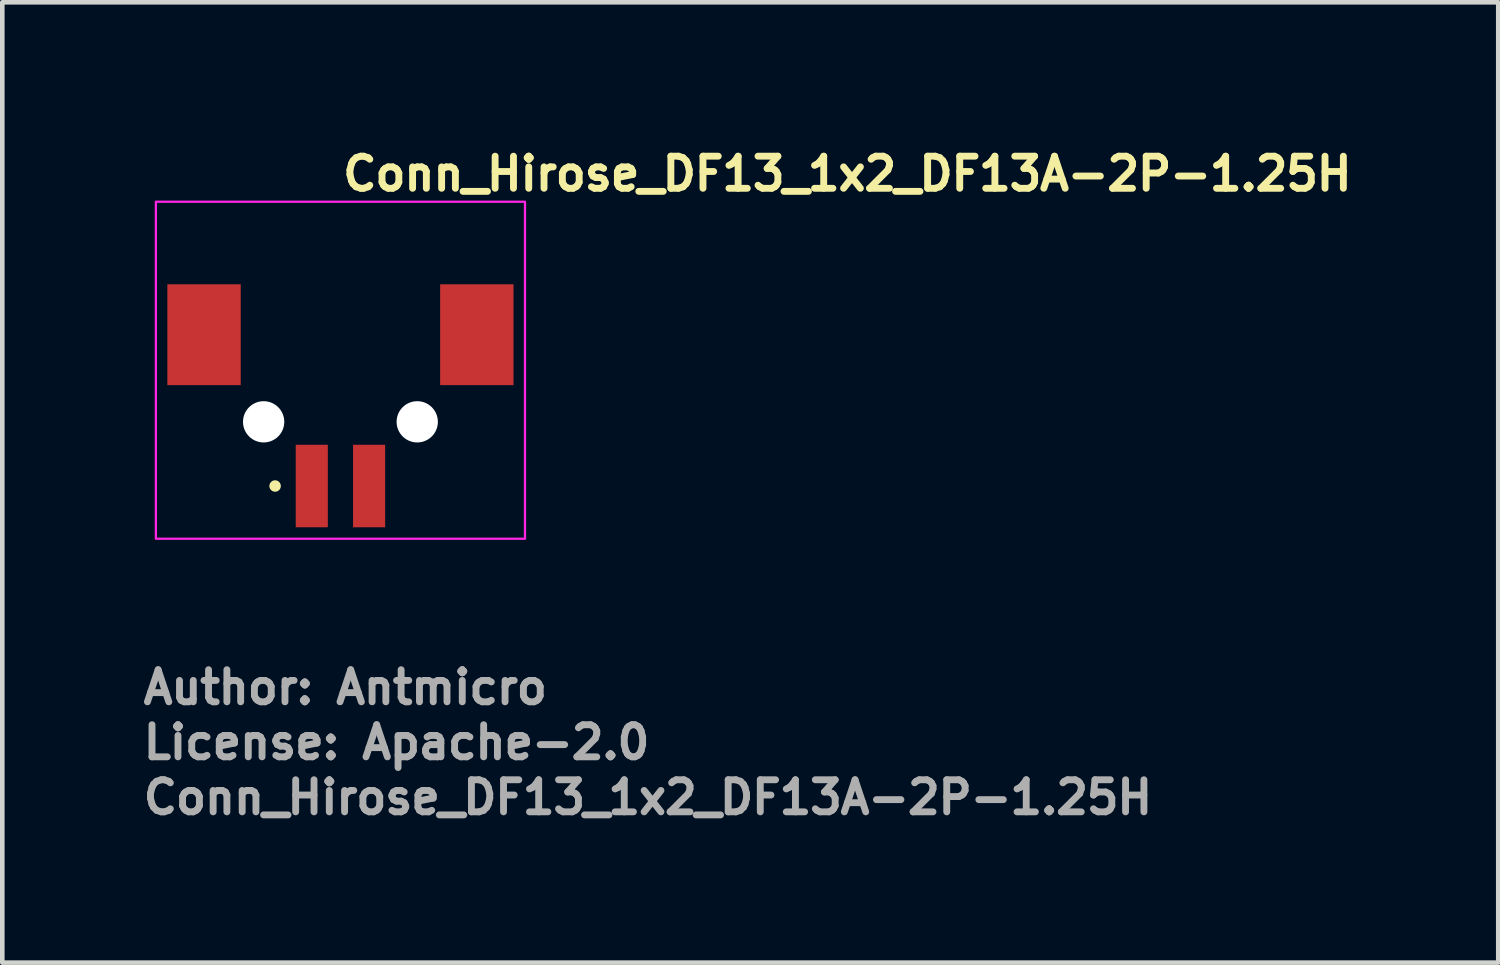
<source format=kicad_pcb>
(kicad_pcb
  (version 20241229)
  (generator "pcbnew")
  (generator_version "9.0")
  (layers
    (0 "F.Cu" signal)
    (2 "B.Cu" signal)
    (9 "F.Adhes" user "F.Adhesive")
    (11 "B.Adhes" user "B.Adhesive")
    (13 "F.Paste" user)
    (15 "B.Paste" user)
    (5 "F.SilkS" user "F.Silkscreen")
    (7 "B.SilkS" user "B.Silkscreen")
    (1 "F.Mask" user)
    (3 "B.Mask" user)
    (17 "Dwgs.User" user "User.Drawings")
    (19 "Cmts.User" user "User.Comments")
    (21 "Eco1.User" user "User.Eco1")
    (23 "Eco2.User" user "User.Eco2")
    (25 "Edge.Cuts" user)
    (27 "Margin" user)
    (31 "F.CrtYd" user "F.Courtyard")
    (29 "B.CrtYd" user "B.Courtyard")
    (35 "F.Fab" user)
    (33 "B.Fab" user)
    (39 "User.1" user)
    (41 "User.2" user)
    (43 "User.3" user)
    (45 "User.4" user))
  (footprint "Conn_Hirose_DF13_1x2_DF13A-2P-1.25H"
    (layer "F.Cu")
    (at 4.35 4.85)
    (property "Reference" "Conn_Hirose_DF13_1x2_DF13A-2P-1.25H" (at 0 -3.7 0) (layer "F.SilkS") (effects (font (size 0.7 0.7) (thickness 0.15)) (justify left bottom)))
    (attr smd)
    (fp_circle (center -1.4 2.7) (end -1.35 2.7) (stroke (width 0.15) (type solid)) (fill yes) (layer "F.SilkS"))
    (fp_rect (start -4 -3.5) (end 4.05 3.85) (stroke (width 0.05) (type solid)) (fill no) (layer "F.CrtYd"))
    (fp_rect (start -3.575 -3.25) (end 3.575 3.25) (stroke (width 0.1) (type solid)) (fill no) (layer "User.5"))
    (fp_line (start -3.575 -1.45) (end -3.575 -0.8) (stroke (width 0.02) (type solid)) (layer "User.9"))
    (fp_line (start -3.575 -1.45) (end -3.458 -1.45) (stroke (width 0.02) (type solid)) (layer "User.9"))
    (fp_line (start -3.575 -0.8) (end -3.458 -0.8) (stroke (width 0.02) (type solid)) (layer "User.9"))
    (fp_line (start -3.575 -0.3) (end -3.575 -0.8) (stroke (width 0.02) (type solid)) (layer "User.9"))
    (fp_line (start -3.575 -0.3) (end -3.575 0.35) (stroke (width 0.02) (type solid)) (layer "User.9"))
    (fp_line (start -3.575 -0.3) (end -3.458 -0.3) (stroke (width 0.02) (type solid)) (layer "User.9"))
    (fp_line (start -3.575 0.35) (end -3.458 0.35) (stroke (width 0.02) (type solid)) (layer "User.9"))
    (fp_line (start -3.458 -1.45) (end -3.458 -1.45) (stroke (width 0.02) (type solid)) (layer "User.9"))
    (fp_line (start -3.458 -1.45) (end -3.175 -1.45) (stroke (width 0.02) (type solid)) (layer "User.9"))
    (fp_line (start -3.458 -0.8) (end -3.458 -0.8) (stroke (width 0.02) (type solid)) (layer "User.9"))
    (fp_line (start -3.458 -0.8) (end -3.175 -0.8) (stroke (width 0.02) (type solid)) (layer "User.9"))
    (fp_line (start -3.458 -0.3) (end -3.458 -0.3) (stroke (width 0.02) (type solid)) (layer "User.9"))
    (fp_line (start -3.458 -0.3) (end -3.175 -0.3) (stroke (width 0.02) (type solid)) (layer "User.9"))
    (fp_line (start -3.458 0.35) (end -3.458 0.35) (stroke (width 0.02) (type solid)) (layer "User.9"))
    (fp_line (start -3.458 0.35) (end -3.175 0.35) (stroke (width 0.02) (type solid)) (layer "User.9"))
    (fp_line (start -3.375 -0.3) (end -3.375 -0.8) (stroke (width 0.02) (type solid)) (layer "User.9"))
    (fp_line (start -3.175 -0.8) (end -2.775 -0.8) (stroke (width 0.02) (type solid)) (layer "User.9"))
    (fp_line (start -3.175 0.35) (end -2.475 0.35) (stroke (width 0.02) (type solid)) (layer "User.9"))
    (fp_line (start -2.825 -2.25) (end -2.075 -2.25) (stroke (width 0.02) (type solid)) (layer "User.9"))
    (fp_line (start -2.825 -1.45) (end -2.825 -2.25) (stroke (width 0.02) (type solid)) (layer "User.9"))
    (fp_line (start -2.825 1.15) (end -2.825 0.35) (stroke (width 0.02) (type solid)) (layer "User.9"))
    (fp_line (start -2.825 1.15) (end -2.075 1.15) (stroke (width 0.02) (type solid)) (layer "User.9"))
    (fp_line (start -2.775 -0.8) (end -2.775 -0.3) (stroke (width 0.02) (type solid)) (layer "User.9"))
    (fp_line (start -2.775 -0.3) (end -3.175 -0.3) (stroke (width 0.02) (type solid)) (layer "User.9"))
    (fp_line (start -2.475 -1.45) (end -3.175 -1.45) (stroke (width 0.02) (type solid)) (layer "User.9"))
    (fp_line (start -2.475 -1.45) (end -2.192 -1.45) (stroke (width 0.02) (type solid)) (layer "User.9"))
    (fp_line (start -2.475 0.35) (end -2.192 0.35) (stroke (width 0.02) (type solid)) (layer "User.9"))
    (fp_line (start -2.285 -1.75) (end -2.075 -1.75) (stroke (width 0.02) (type solid)) (layer "User.9"))
    (fp_line (start -2.285 -1.45) (end -2.285 -1.75) (stroke (width 0.02) (type solid)) (layer "User.9"))
    (fp_line (start -2.285 0.65) (end -2.285 0.35) (stroke (width 0.02) (type solid)) (layer "User.9"))
    (fp_line (start -2.285 0.65) (end -2.075 0.65) (stroke (width 0.02) (type solid)) (layer "User.9"))
    (fp_line (start -2.275 -1.732) (end -2.275 -1.75) (stroke (width 0.02) (type solid)) (layer "User.9"))
    (fp_line (start -2.275 -1.732) (end -2.275 -1.55) (stroke (width 0.02) (type solid)) (layer "User.9"))
    (fp_line (start -2.275 -1.55) (end -2.075 -1.55) (stroke (width 0.02) (type solid)) (layer "User.9"))
    (fp_line (start -2.275 -1.45) (end -2.275 -1.55) (stroke (width 0.02) (type solid)) (layer "User.9"))
    (fp_line (start -2.275 0.451) (end -2.275 0.35) (stroke (width 0.02) (type solid)) (layer "User.9"))
    (fp_line (start -2.275 0.633) (end -2.275 0.451) (stroke (width 0.02) (type solid)) (layer "User.9"))
    (fp_line (start -2.275 0.65) (end -2.275 0.633) (stroke (width 0.02) (type solid)) (layer "User.9"))
    (fp_line (start -2.192 -1.45) (end -2.192 -1.45) (stroke (width 0.02) (type solid)) (layer "User.9"))
    (fp_line (start -2.192 -1.45) (end -2.075 -1.45) (stroke (width 0.02) (type solid)) (layer "User.9"))
    (fp_line (start -2.192 0.35) (end -2.192 0.35) (stroke (width 0.02) (type solid)) (layer "User.9"))
    (fp_line (start -2.192 0.35) (end -2.075 0.35) (stroke (width 0.02) (type solid)) (layer "User.9"))
    (fp_line (start -2.075 -3.25) (end -1.1 -3.25) (stroke (width 0.02) (type solid)) (layer "User.9"))
    (fp_line (start -2.075 0.451) (end -2.275 0.451) (stroke (width 0.02) (type solid)) (layer "User.9"))
    (fp_line (start -2.075 1.75) (end -2.075 -3.25) (stroke (width 0.02) (type solid)) (layer "User.9"))
    (fp_line (start -1.1 -3.25) (end -1.1 1.75) (stroke (width 0.02) (type solid)) (layer "User.9"))
    (fp_line (start -1.1 0.85) (end 1.1 0.85) (stroke (width 0.02) (type solid)) (layer "User.9"))
    (fp_line (start -1.1 1.75) (end -2.075 1.75) (stroke (width 0.02) (type solid)) (layer "User.9"))
    (fp_line (start -1.1 1.75) (end -0.8 1.75) (stroke (width 0.02) (type solid)) (layer "User.9"))
    (fp_line (start -0.8 -2.35) (end -0.8 -1.45) (stroke (width 0.02) (type solid)) (layer "User.9"))
    (fp_line (start -0.8 -2.35) (end -0.725 -2.65) (stroke (width 0.02) (type solid)) (layer "User.9"))
    (fp_line (start -0.8 -2.35) (end -0.45 -2.35) (stroke (width 0.02) (type solid)) (layer "User.9"))
    (fp_line (start -0.8 1.05) (end -0.8 1.2) (stroke (width 0.02) (type solid)) (layer "User.9"))
    (fp_line (start -0.8 1.05) (end -0.45 1.05) (stroke (width 0.02) (type solid)) (layer "User.9"))
    (fp_line (start -0.8 1.3) (end -0.45 1.3) (stroke (width 0.02) (type solid)) (layer "User.9"))
    (fp_line (start -0.8 1.303) (end -0.8 1.05) (stroke (width 0.02) (type solid)) (layer "User.9"))
    (fp_line (start -0.8 1.303) (end -0.8 1.45) (stroke (width 0.02) (type solid)) (layer "User.9"))
    (fp_line (start -0.8 1.45) (end -0.8 1.45) (stroke (width 0.02) (type solid)) (layer "User.9"))
    (fp_line (start -0.8 1.45) (end -0.8 1.75) (stroke (width 0.02) (type solid)) (layer "User.9"))
    (fp_line (start -0.8 1.75) (end -0.8 2.95) (stroke (width 0.02) (type solid)) (layer "User.9"))
    (fp_line (start -0.8 2.95) (end -0.725 3.25) (stroke (width 0.02) (type solid)) (layer "User.9"))
    (fp_line (start -0.725 3.25) (end -0.525 3.25) (stroke (width 0.02) (type solid)) (layer "User.9"))
    (fp_line (start -0.525 -2.65) (end -0.725 -2.65) (stroke (width 0.02) (type solid)) (layer "User.9"))
    (fp_line (start -0.525 -2.65) (end -0.45 -2.35) (stroke (width 0.02) (type solid)) (layer "User.9"))
    (fp_line (start -0.525 3.25) (end -0.45 2.95) (stroke (width 0.02) (type solid)) (layer "User.9"))
    (fp_line (start -0.45 -2.35) (end -0.45 -1.45) (stroke (width 0.02) (type solid)) (layer "User.9"))
    (fp_line (start -0.45 1.05) (end -0.45 1.2) (stroke (width 0.02) (type solid)) (layer "User.9"))
    (fp_line (start -0.45 1.05) (end -0.449 1.05) (stroke (width 0.02) (type solid)) (layer "User.9"))
    (fp_line (start -0.45 1.2) (end -0.45 1.3) (stroke (width 0.02) (type solid)) (layer "User.9"))
    (fp_line (start -0.45 1.3) (end -0.45 1.432) (stroke (width 0.02) (type solid)) (layer "User.9"))
    (fp_line (start -0.45 1.432) (end -0.45 1.432) (stroke (width 0.02) (type solid)) (layer "User.9"))
    (fp_line (start -0.45 1.432) (end -0.45 1.75) (stroke (width 0.02) (type solid)) (layer "User.9"))
    (fp_line (start -0.45 1.55) (end -0.449 1.55) (stroke (width 0.02) (type solid)) (layer "User.9"))
    (fp_line (start -0.45 1.75) (end -0.45 2.95) (stroke (width 0.02) (type solid)) (layer "User.9"))
    (fp_line (start -0.45 2.95) (end -0.8 2.95) (stroke (width 0.02) (type solid)) (layer "User.9"))
    (fp_line (start -0.449 1.05) (end -0.8 1.05) (stroke (width 0.02) (type solid)) (layer "User.9"))
    (fp_line (start -0.449 1.75) (end -0.449 1.05) (stroke (width 0.02) (type solid)) (layer "User.9"))
    (fp_line (start -0.449 1.75) (end 0.449 1.75) (stroke (width 0.02) (type solid)) (layer "User.9"))
    (fp_line (start 0.449 1.05) (end 0.45 1.05) (stroke (width 0.02) (type solid)) (layer "User.9"))
    (fp_line (start 0.449 1.05) (end 0.8 1.05) (stroke (width 0.02) (type solid)) (layer "User.9"))
    (fp_line (start 0.449 1.55) (end 0.45 1.55) (stroke (width 0.02) (type solid)) (layer "User.9"))
    (fp_line (start 0.449 1.75) (end 0.449 1.05) (stroke (width 0.02) (type solid)) (layer "User.9"))
    (fp_line (start 0.45 -2.35) (end 0.45 -1.45) (stroke (width 0.02) (type solid)) (layer "User.9"))
    (fp_line (start 0.45 -2.35) (end 0.525 -2.65) (stroke (width 0.02) (type solid)) (layer "User.9"))
    (fp_line (start 0.45 -2.35) (end 0.8 -2.35) (stroke (width 0.02) (type solid)) (layer "User.9"))
    (fp_line (start 0.45 1.05) (end 0.45 1.2) (stroke (width 0.02) (type solid)) (layer "User.9"))
    (fp_line (start 0.45 1.05) (end 0.8 1.05) (stroke (width 0.02) (type solid)) (layer "User.9"))
    (fp_line (start 0.45 1.2) (end 0.45 1.3) (stroke (width 0.02) (type solid)) (layer "User.9"))
    (fp_line (start 0.45 1.3) (end 0.45 1.432) (stroke (width 0.02) (type solid)) (layer "User.9"))
    (fp_line (start 0.45 1.3) (end 0.8 1.3) (stroke (width 0.02) (type solid)) (layer "User.9"))
    (fp_line (start 0.45 1.432) (end 0.45 1.432) (stroke (width 0.02) (type solid)) (layer "User.9"))
    (fp_line (start 0.45 1.432) (end 0.45 1.75) (stroke (width 0.02) (type solid)) (layer "User.9"))
    (fp_line (start 0.45 1.75) (end 0.45 2.95) (stroke (width 0.02) (type solid)) (layer "User.9"))
    (fp_line (start 0.45 2.95) (end 0.525 3.25) (stroke (width 0.02) (type solid)) (layer "User.9"))
    (fp_line (start 0.525 3.25) (end 0.725 3.25) (stroke (width 0.02) (type solid)) (layer "User.9"))
    (fp_line (start 0.725 -2.65) (end 0.525 -2.65) (stroke (width 0.02) (type solid)) (layer "User.9"))
    (fp_line (start 0.725 -2.65) (end 0.8 -2.35) (stroke (width 0.02) (type solid)) (layer "User.9"))
    (fp_line (start 0.725 3.25) (end 0.8 2.95) (stroke (width 0.02) (type solid)) (layer "User.9"))
    (fp_line (start 0.8 -2.35) (end 0.8 -1.45) (stroke (width 0.02) (type solid)) (layer "User.9"))
    (fp_line (start 0.8 1.05) (end 0.8 1.2) (stroke (width 0.02) (type solid)) (layer "User.9"))
    (fp_line (start 0.8 1.303) (end 0.8 1.05) (stroke (width 0.02) (type solid)) (layer "User.9"))
    (fp_line (start 0.8 1.303) (end 0.8 1.45) (stroke (width 0.02) (type solid)) (layer "User.9"))
    (fp_line (start 0.8 1.45) (end 0.8 1.45) (stroke (width 0.02) (type solid)) (layer "User.9"))
    (fp_line (start 0.8 1.45) (end 0.8 1.75) (stroke (width 0.02) (type solid)) (layer "User.9"))
    (fp_line (start 0.8 1.75) (end 0.8 2.95) (stroke (width 0.02) (type solid)) (layer "User.9"))
    (fp_line (start 0.8 2.95) (end 0.45 2.95) (stroke (width 0.02) (type solid)) (layer "User.9"))
    (fp_line (start 1.1 -3.25) (end -1.1 -3.25) (stroke (width 0.02) (type solid)) (layer "User.9"))
    (fp_line (start 1.1 -3.25) (end 1.1 1.75) (stroke (width 0.02) (type solid)) (layer "User.9"))
    (fp_line (start 1.1 -1.45) (end -1.1 -1.45) (stroke (width 0.02) (type solid)) (layer "User.9"))
    (fp_line (start 1.1 1.75) (end 0.8 1.75) (stroke (width 0.02) (type solid)) (layer "User.9"))
    (fp_line (start 1.1 1.75) (end 2.075 1.75) (stroke (width 0.02) (type solid)) (layer "User.9"))
    (fp_line (start 2.075 -3.25) (end 1.1 -3.25) (stroke (width 0.02) (type solid)) (layer "User.9"))
    (fp_line (start 2.075 0.451) (end 2.275 0.451) (stroke (width 0.02) (type solid)) (layer "User.9"))
    (fp_line (start 2.075 1.75) (end 2.075 -3.25) (stroke (width 0.02) (type solid)) (layer "User.9"))
    (fp_line (start 2.192 -1.45) (end 2.075 -1.45) (stroke (width 0.02) (type solid)) (layer "User.9"))
    (fp_line (start 2.192 -1.45) (end 2.192 -1.45) (stroke (width 0.02) (type solid)) (layer "User.9"))
    (fp_line (start 2.192 0.35) (end 2.075 0.35) (stroke (width 0.02) (type solid)) (layer "User.9"))
    (fp_line (start 2.192 0.35) (end 2.192 0.35) (stroke (width 0.02) (type solid)) (layer "User.9"))
    (fp_line (start 2.275 -1.732) (end 2.275 -1.75) (stroke (width 0.02) (type solid)) (layer "User.9"))
    (fp_line (start 2.275 -1.732) (end 2.275 -1.55) (stroke (width 0.02) (type solid)) (layer "User.9"))
    (fp_line (start 2.275 -1.55) (end 2.075 -1.55) (stroke (width 0.02) (type solid)) (layer "User.9"))
    (fp_line (start 2.275 -1.45) (end 2.275 -1.55) (stroke (width 0.02) (type solid)) (layer "User.9"))
    (fp_line (start 2.275 0.451) (end 2.275 0.35) (stroke (width 0.02) (type solid)) (layer "User.9"))
    (fp_line (start 2.275 0.633) (end 2.275 0.451) (stroke (width 0.02) (type solid)) (layer "User.9"))
    (fp_line (start 2.275 0.65) (end 2.275 0.633) (stroke (width 0.02) (type solid)) (layer "User.9"))
    (fp_line (start 2.285 -1.75) (end 2.075 -1.75) (stroke (width 0.02) (type solid)) (layer "User.9"))
    (fp_line (start 2.285 -1.45) (end 2.285 -1.75) (stroke (width 0.02) (type solid)) (layer "User.9"))
    (fp_line (start 2.285 0.65) (end 2.075 0.65) (stroke (width 0.02) (type solid)) (layer "User.9"))
    (fp_line (start 2.285 0.65) (end 2.285 0.35) (stroke (width 0.02) (type solid)) (layer "User.9"))
    (fp_line (start 2.475 -1.45) (end 2.192 -1.45) (stroke (width 0.02) (type solid)) (layer "User.9"))
    (fp_line (start 2.475 -1.45) (end 3.175 -1.45) (stroke (width 0.02) (type solid)) (layer "User.9"))
    (fp_line (start 2.475 0.35) (end 2.192 0.35) (stroke (width 0.02) (type solid)) (layer "User.9"))
    (fp_line (start 2.775 -0.8) (end 2.775 -0.3) (stroke (width 0.02) (type solid)) (layer "User.9"))
    (fp_line (start 2.775 -0.3) (end 3.175 -0.3) (stroke (width 0.02) (type solid)) (layer "User.9"))
    (fp_line (start 2.825 -2.25) (end 2.075 -2.25) (stroke (width 0.02) (type solid)) (layer "User.9"))
    (fp_line (start 2.825 -1.45) (end 2.825 -2.25) (stroke (width 0.02) (type solid)) (layer "User.9"))
    (fp_line (start 2.825 1.15) (end 2.075 1.15) (stroke (width 0.02) (type solid)) (layer "User.9"))
    (fp_line (start 2.825 1.15) (end 2.825 0.35) (stroke (width 0.02) (type solid)) (layer "User.9"))
    (fp_line (start 3.175 -0.8) (end 2.775 -0.8) (stroke (width 0.02) (type solid)) (layer "User.9"))
    (fp_line (start 3.175 0.35) (end 2.475 0.35) (stroke (width 0.02) (type solid)) (layer "User.9"))
    (fp_line (start 3.375 -0.3) (end 3.375 -0.8) (stroke (width 0.02) (type solid)) (layer "User.9"))
    (fp_line (start 3.458 -1.45) (end 3.175 -1.45) (stroke (width 0.02) (type solid)) (layer "User.9"))
    (fp_line (start 3.458 -1.45) (end 3.458 -1.45) (stroke (width 0.02) (type solid)) (layer "User.9"))
    (fp_line (start 3.458 -0.8) (end 3.175 -0.8) (stroke (width 0.02) (type solid)) (layer "User.9"))
    (fp_line (start 3.458 -0.8) (end 3.458 -0.8) (stroke (width 0.02) (type solid)) (layer "User.9"))
    (fp_line (start 3.458 -0.3) (end 3.175 -0.3) (stroke (width 0.02) (type solid)) (layer "User.9"))
    (fp_line (start 3.458 -0.3) (end 3.458 -0.3) (stroke (width 0.02) (type solid)) (layer "User.9"))
    (fp_line (start 3.458 0.35) (end 3.175 0.35) (stroke (width 0.02) (type solid)) (layer "User.9"))
    (fp_line (start 3.458 0.35) (end 3.458 0.35) (stroke (width 0.02) (type solid)) (layer "User.9"))
    (fp_line (start 3.575 -1.45) (end 3.458 -1.45) (stroke (width 0.02) (type solid)) (layer "User.9"))
    (fp_line (start 3.575 -1.45) (end 3.575 -0.8) (stroke (width 0.02) (type solid)) (layer "User.9"))
    (fp_line (start 3.575 -0.8) (end 3.458 -0.8) (stroke (width 0.02) (type solid)) (layer "User.9"))
    (fp_line (start 3.575 -0.3) (end 3.458 -0.3) (stroke (width 0.02) (type solid)) (layer "User.9"))
    (fp_line (start 3.575 -0.3) (end 3.575 -0.8) (stroke (width 0.02) (type solid)) (layer "User.9"))
    (fp_line (start 3.575 -0.3) (end 3.575 0.35) (stroke (width 0.02) (type solid)) (layer "User.9"))
    (fp_line (start 3.575 0.35) (end 3.458 0.35) (stroke (width 0.02) (type solid)) (layer "User.9"))
    (fp_text user "${REFERENCE}" (at -4.35 9.9 0) (layer "F.Fab") (effects (font (size 0.7 0.7) (thickness 0.15)) (justify left bottom)))
    (fp_text user "License: Apache-2.0" (at -4.35 8.7 0) (layer "F.Fab") (effects (font (size 0.7 0.7) (thickness 0.15)) (justify left bottom)))
    (fp_text user "Author: Antmicro" (at -4.35 7.5 0) (layer "F.Fab") (effects (font (size 0.7 0.7) (thickness 0.15)) (justify left bottom)))
    (pad "" np_thru_hole circle (at -1.65 1.3 180) (size 0.9 0.9) (drill 0.9) (layers "*.Cu" "*.Mask"))
    (pad "" np_thru_hole circle (at 1.7 1.3 180) (size 0.9 0.9) (drill 0.9) (layers "*.Cu" "*.Mask"))
    (pad "1" smd rect (at -0.6 2.7 180) (size 0.7 1.8) (layers "F.Cu" "F.Mask" "F.Paste"))
    (pad "2" smd rect (at 0.65 2.7 180) (size 0.7 1.8) (layers "F.Cu" "F.Mask" "F.Paste"))
    (pad "MP" smd rect (at -2.95 -0.6 180) (size 1.6 2.2) (layers "F.Cu" "F.Mask" "F.Paste"))
    (pad "MP" smd rect (at 3 -0.6 180) (size 1.6 2.2) (layers "F.Cu" "F.Mask" "F.Paste")))
  (gr_rect
    (start -3 -3)
    (end 29.627 17.945)
    (stroke (width 0.1) (type default))
    (fill no)
    (layer "Edge.Cuts")))
</source>
